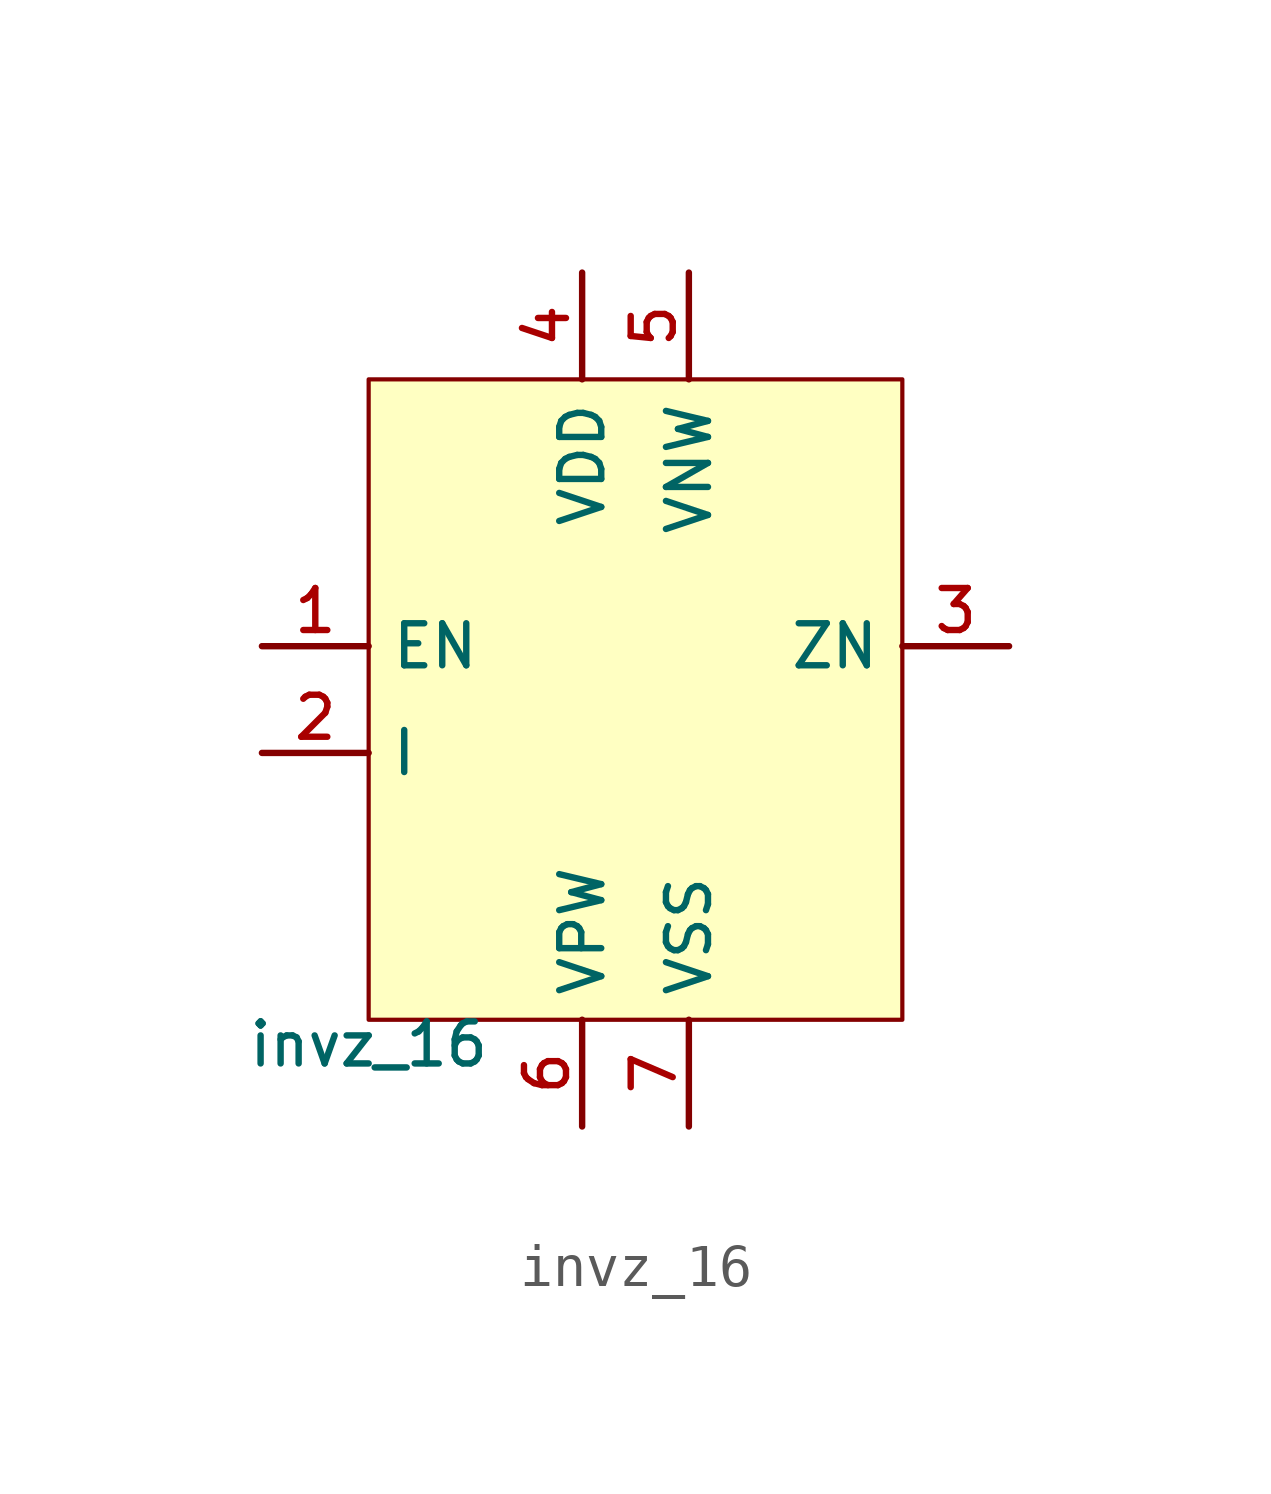
<source format=kicad_sym>
(kicad_symbol_lib
  (version 20211014)
  (generator pdk2kicad)
  (symbol "invz_16"
    (property "Reference" "X"
      (at 0 0 0)
      (effects (font (size 1 1)) hide))
    (property "Value" "invz_16"
      (at -6.35 -7.62 0)
      (effects (font (size 1 1)) (justify top)))
    (rectangle
      (start -6.35 -7.62)
      (end 6.35 7.62)
      (stroke (width 0.1) (type solid) (color 0 0 0 0))
      (fill (type background)))
    (pin input line
      (at -8.89 1.27 0)
      (length 2.54)
      (name "EN" (effects (font (size 1 1)) hide))
      (number "1" (effects (font (size 1 1)) hide)))
    (pin input line
      (at -8.89 -1.27 0)
      (length 2.54)
      (name "I" (effects (font (size 1 1)) hide))
      (number "2" (effects (font (size 1 1)) hide)))
    (pin output line
      (at 8.89 1.27 180)
      (length 2.54)
      (name "ZN" (effects (font (size 1 1)) hide))
      (number "3" (effects (font (size 1 1)) hide)))
    (pin power_in line
      (at -1.27 10.16 270)
      (length 2.54)
      (name "VDD" (effects (font (size 1 1)) hide))
      (number "4" (effects (font (size 1 1)) hide)))
    (pin power_in line
      (at 1.27 10.16 270)
      (length 2.54)
      (name "VNW" (effects (font (size 1 1)) hide))
      (number "5" (effects (font (size 1 1)) hide)))
    (pin power_in line
      (at -1.27 -10.16 90)
      (length 2.54)
      (name "VPW" (effects (font (size 1 1)) hide))
      (number "6" (effects (font (size 1 1)) hide)))
    (pin power_in line
      (at 1.27 -10.16 90)
      (length 2.54)
      (name "VSS" (effects (font (size 1 1)) hide))
      (number "7" (effects (font (size 1 1)) hide)))))
</source>
